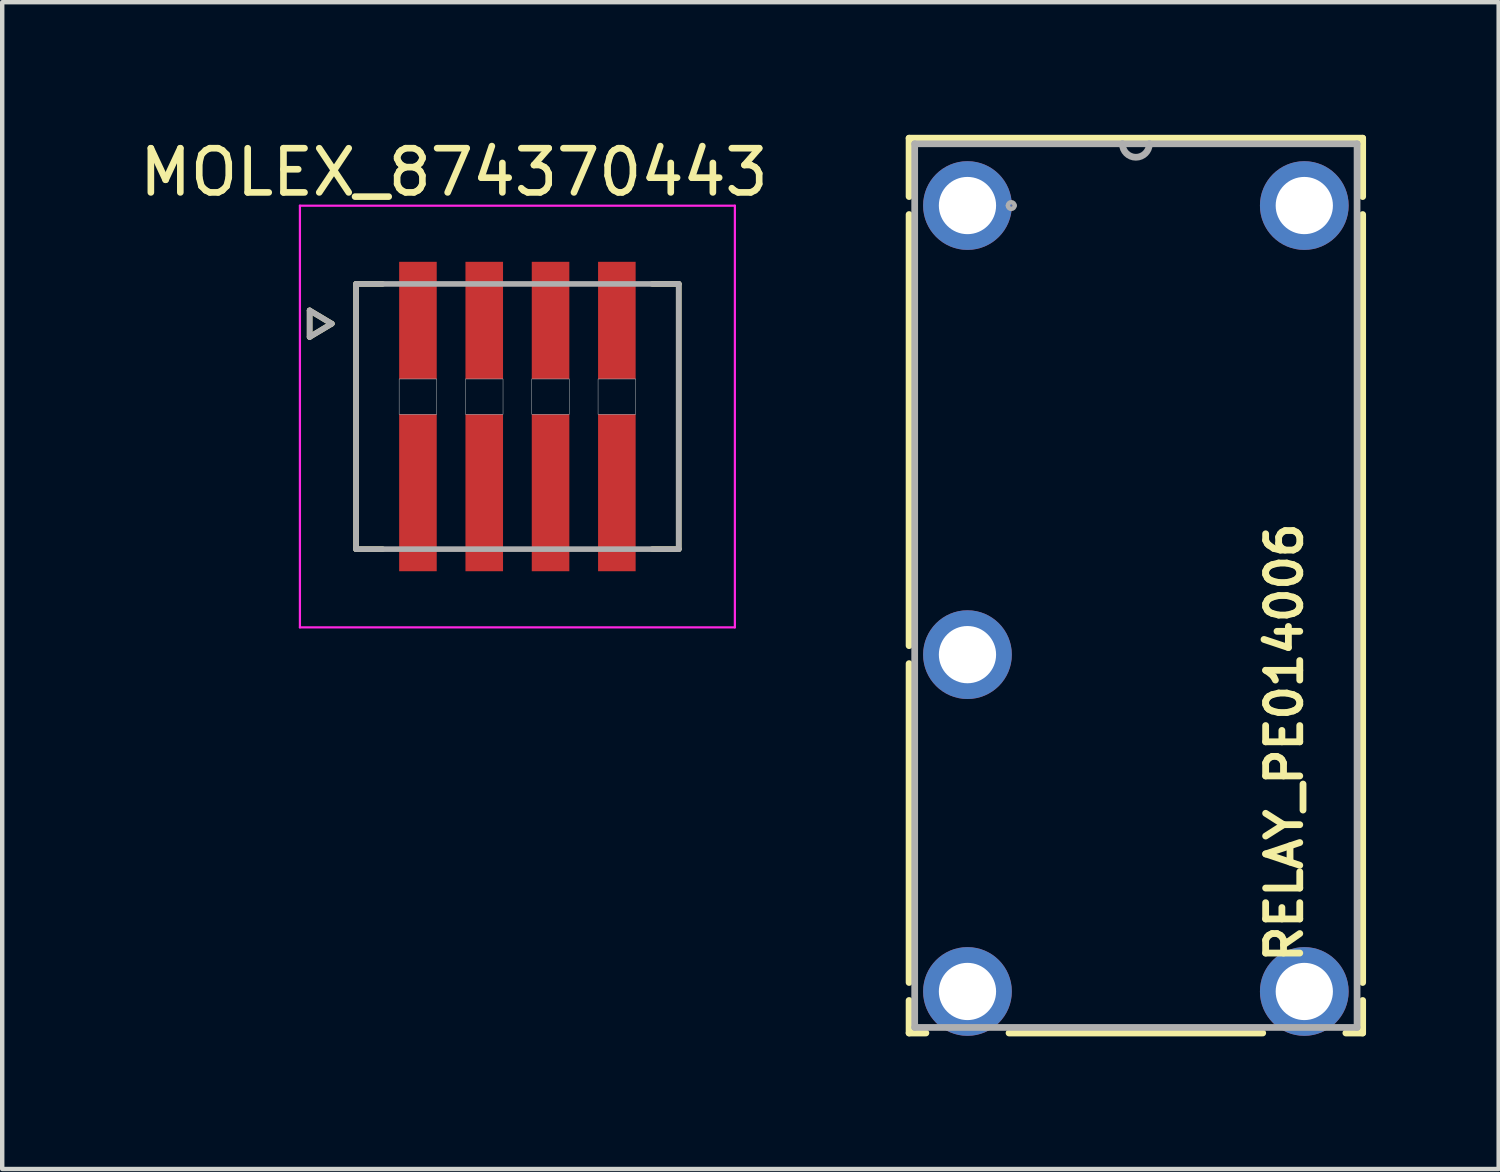
<source format=kicad_pcb>
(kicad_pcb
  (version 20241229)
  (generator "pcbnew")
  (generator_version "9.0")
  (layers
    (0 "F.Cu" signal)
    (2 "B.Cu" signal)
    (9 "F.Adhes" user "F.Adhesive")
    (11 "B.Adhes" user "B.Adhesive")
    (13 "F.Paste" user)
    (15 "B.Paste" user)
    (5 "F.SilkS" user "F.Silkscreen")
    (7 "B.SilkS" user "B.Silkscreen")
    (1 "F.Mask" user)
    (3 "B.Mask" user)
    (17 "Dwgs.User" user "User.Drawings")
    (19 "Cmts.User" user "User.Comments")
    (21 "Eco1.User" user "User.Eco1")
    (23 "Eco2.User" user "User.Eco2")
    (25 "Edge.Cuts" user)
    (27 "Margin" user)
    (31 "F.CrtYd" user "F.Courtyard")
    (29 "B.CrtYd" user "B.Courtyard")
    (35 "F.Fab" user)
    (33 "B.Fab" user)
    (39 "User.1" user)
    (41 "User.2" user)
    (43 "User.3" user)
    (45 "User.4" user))
  (footprint "MOLEX_874370443"
    (layer "F.Cu")
    (at 8.655 6.373)
    (property "Reference" "MOLEX_874370443" (at -1.435 -5.525 0) (layer "F.SilkS") (effects (font (size 1 1) (thickness 0.15))))
    (attr through_hole)
    (fp_poly (pts (xy -2.751 -3.576) (xy -1.749 -3.576) (xy -1.749 -0.774) (xy -2.751 -0.774)) (stroke (width 0.01) (type solid)) (fill yes) (layer "F.Mask"))
    (fp_poly (pts (xy -2.751 -0.126) (xy -1.749 -0.126) (xy -1.749 3.576) (xy -2.751 3.576)) (stroke (width 0.01) (type solid)) (fill yes) (layer "F.Mask"))
    (fp_poly (pts (xy -1.251 -3.576) (xy -0.249 -3.576) (xy -0.249 -0.774) (xy -1.251 -0.774)) (stroke (width 0.01) (type solid)) (fill yes) (layer "F.Mask"))
    (fp_poly (pts (xy -1.251 -0.126) (xy -0.249 -0.126) (xy -0.249 3.576) (xy -1.251 3.576)) (stroke (width 0.01) (type solid)) (fill yes) (layer "F.Mask"))
    (fp_poly (pts (xy 0.249 -3.576) (xy 1.251 -3.576) (xy 1.251 -0.774) (xy 0.249 -0.774)) (stroke (width 0.01) (type solid)) (fill yes) (layer "F.Mask"))
    (fp_poly (pts (xy 0.249 -0.126) (xy 1.251 -0.126) (xy 1.251 3.576) (xy 0.249 3.576)) (stroke (width 0.01) (type solid)) (fill yes) (layer "F.Mask"))
    (fp_poly (pts (xy 1.749 -3.576) (xy 2.751 -3.576) (xy 2.751 -0.774) (xy 1.749 -0.774)) (stroke (width 0.01) (type solid)) (fill yes) (layer "F.Mask"))
    (fp_poly (pts (xy 1.749 -0.126) (xy 2.751 -0.126) (xy 2.751 3.576) (xy 1.749 3.576)) (stroke (width 0.01) (type solid)) (fill yes) (layer "F.Mask"))
    (fp_line (start -4.7 -2.4) (end -4.7 -1.8) (stroke (width 0.127) (type solid)) (layer "F.SilkS"))
    (fp_line (start -4.7 -1.8) (end -4.2 -2.1) (stroke (width 0.127) (type solid)) (layer "F.SilkS"))
    (fp_line (start -4.2 -2.1) (end -4.7 -2.4) (stroke (width 0.127) (type solid)) (layer "F.SilkS"))
    (fp_line (start -3.65 3) (end -3.65 -3) (stroke (width 0.127) (type solid)) (layer "F.SilkS"))
    (fp_line (start -3.65 3) (end -3.05 3) (stroke (width 0.127) (type solid)) (layer "F.SilkS"))
    (fp_line (start -3.05 -3) (end -3.65 -3) (stroke (width 0.127) (type solid)) (layer "F.SilkS"))
    (fp_line (start 3.65 -3) (end 3.05 -3) (stroke (width 0.127) (type solid)) (layer "F.SilkS"))
    (fp_line (start 3.65 3) (end 3.05 3) (stroke (width 0.127) (type solid)) (layer "F.SilkS"))
    (fp_line (start 3.65 3) (end 3.65 -3) (stroke (width 0.127) (type solid)) (layer "F.SilkS"))
    (fp_poly (pts (xy -2.675 -0.85) (xy -1.825 -0.85) (xy -1.825 -0.05) (xy -2.675 -0.05)) (stroke (width 0.01) (type solid)) (fill no) (layer "Dwgs.User"))
    (fp_poly (pts (xy -1.175 -0.85) (xy -0.325 -0.85) (xy -0.325 -0.05) (xy -1.175 -0.05)) (stroke (width 0.01) (type solid)) (fill no) (layer "Dwgs.User"))
    (fp_poly (pts (xy 0.325 -0.85) (xy 1.175 -0.85) (xy 1.175 -0.05) (xy 0.325 -0.05)) (stroke (width 0.01) (type solid)) (fill no) (layer "Dwgs.User"))
    (fp_poly (pts (xy 1.825 -0.85) (xy 2.675 -0.85) (xy 2.675 -0.05) (xy 1.825 -0.05)) (stroke (width 0.01) (type solid)) (fill no) (layer "Dwgs.User"))
    (fp_line (start -4.92 -4.77) (end 4.92 -4.77) (stroke (width 0.05) (type solid)) (layer "F.CrtYd"))
    (fp_line (start -4.92 4.77) (end -4.92 -4.77) (stroke (width 0.05) (type solid)) (layer "F.CrtYd"))
    (fp_line (start 4.92 -4.77) (end 4.92 4.77) (stroke (width 0.05) (type solid)) (layer "F.CrtYd"))
    (fp_line (start 4.92 4.77) (end -4.92 4.77) (stroke (width 0.05) (type solid)) (layer "F.CrtYd"))
    (fp_line (start -4.7 -2.4) (end -4.2 -2.1) (stroke (width 0.127) (type solid)) (layer "F.Fab"))
    (fp_line (start -4.7 -1.8) (end -4.7 -2.4) (stroke (width 0.127) (type solid)) (layer "F.Fab"))
    (fp_line (start -4.2 -2.1) (end -4.7 -1.8) (stroke (width 0.127) (type solid)) (layer "F.Fab"))
    (fp_line (start -3.65 -3) (end 3.65 -3) (stroke (width 0.127) (type solid)) (layer "F.Fab"))
    (fp_line (start -3.65 3) (end -3.65 -3) (stroke (width 0.127) (type solid)) (layer "F.Fab"))
    (fp_line (start 3.65 -3) (end 3.65 3) (stroke (width 0.127) (type solid)) (layer "F.Fab"))
    (fp_line (start 3.65 3) (end -3.65 3) (stroke (width 0.127) (type solid)) (layer "F.Fab"))
    (pad "1_1" smd rect (at -2.25 -2.175) (size 0.85 2.65) (layers "F.Cu" "F.Paste"))
    (pad "1_2" smd rect (at -2.25 1.725) (size 0.85 3.55) (layers "F.Cu" "F.Paste"))
    (pad "2_1" smd rect (at -0.75 -2.175) (size 0.85 2.65) (layers "F.Cu" "F.Paste"))
    (pad "2_2" smd rect (at -0.75 1.725) (size 0.85 3.55) (layers "F.Cu" "F.Paste"))
    (pad "3_1" smd rect (at 0.75 -2.175) (size 0.85 2.65) (layers "F.Cu" "F.Paste"))
    (pad "3_2" smd rect (at 0.75 1.725) (size 0.85 3.55) (layers "F.Cu" "F.Paste"))
    (pad "4_1" smd rect (at 2.25 -2.175) (size 0.85 2.65) (layers "F.Cu" "F.Paste"))
    (pad "4_2" smd rect (at 2.25 1.725) (size 0.85 3.55) (layers "F.Cu" "F.Paste")))
  (footprint "RELAY_PE014006"
    (layer "F.Cu")
    (at 26.457 18.796)
    (property "Reference" "RELAY_PE014006" (at 0 0 90) (layer "F.SilkS") (effects (font (size 0.772 0.772) (thickness 0.154)) (justify left bottom)))
    (attr through_hole)
    (fp_line (start -8.941 -18.72) (end -8.941 -17.399) (stroke (width 0.152) (type solid)) (layer "F.SilkS"))
    (fp_line (start -8.941 -16.993) (end -8.941 -7.239) (stroke (width 0.152) (type solid)) (layer "F.SilkS"))
    (fp_line (start -8.941 -6.833) (end -8.941 0.381) (stroke (width 0.152) (type solid)) (layer "F.SilkS"))
    (fp_line (start -8.941 0.787) (end -8.941 1.524) (stroke (width 0.152) (type solid)) (layer "F.SilkS"))
    (fp_line (start -8.941 1.524) (end -8.56 1.524) (stroke (width 0.152) (type solid)) (layer "F.SilkS"))
    (fp_line (start -6.68 1.524) (end -0.94 1.524) (stroke (width 0.152) (type solid)) (layer "F.SilkS"))
    (fp_line (start 0.94 1.524) (end 1.321 1.524) (stroke (width 0.152) (type solid)) (layer "F.SilkS"))
    (fp_line (start 1.321 -18.72) (end -8.941 -18.72) (stroke (width 0.152) (type solid)) (layer "F.SilkS"))
    (fp_line (start 1.321 -17.399) (end 1.321 -18.72) (stroke (width 0.152) (type solid)) (layer "F.SilkS"))
    (fp_line (start 1.321 0.381) (end 1.321 -16.993) (stroke (width 0.152) (type solid)) (layer "F.SilkS"))
    (fp_line (start 1.321 1.524) (end 1.321 0.787) (stroke (width 0.152) (type solid)) (layer "F.SilkS"))
    (fp_line (start -8.814 -18.593) (end -8.814 1.397) (stroke (width 0.152) (type solid)) (layer "F.Fab"))
    (fp_line (start -8.814 1.397) (end 1.194 1.397) (stroke (width 0.152) (type solid)) (layer "F.Fab"))
    (fp_line (start -4.115 -18.593) (end -8.814 -18.593) (stroke (width 0.152) (type solid)) (layer "F.Fab"))
    (fp_line (start -3.505 -18.593) (end -4.115 -18.593) (stroke (width 0.152) (type solid)) (layer "F.Fab"))
    (fp_line (start 1.194 -18.593) (end -3.505 -18.593) (stroke (width 0.152) (type solid)) (layer "F.Fab"))
    (fp_line (start 1.194 1.397) (end 1.194 -18.593) (stroke (width 0.152) (type solid)) (layer "F.Fab"))
    (fp_arc (start -6.7056 -17.1958) (mid -6.6294 -17.272) (end -6.5532 -17.1958) (stroke (width 0.1) (type solid)) (layer "F.Fab"))
    (fp_arc (start -6.5532 -17.1958) (mid -6.6294 -17.1196) (end -6.7056 -17.1958) (stroke (width 0.1) (type solid)) (layer "F.Fab"))
    (fp_arc (start -3.5052 -18.5928) (mid -3.81 -18.288) (end -4.1148 -18.5928) (stroke (width 0.1524) (type solid)) (layer "F.Fab"))
    (pad "1" thru_hole circle (at -7.62 -17.196) (size 2.007 2.007) (drill 1.295) (layers "*.Cu" "*.Mask"))
    (pad "5" thru_hole circle (at 0 -17.196) (size 2.007 2.007) (drill 1.295) (layers "*.Cu" "*.Mask"))
    (pad "11" thru_hole circle (at -7.62 -7.036) (size 2.007 2.007) (drill 1.295) (layers "*.Cu" "*.Mask"))
    (pad "12" thru_hole circle (at 0 0.584 180) (size 2.007 2.007) (drill 1.295) (layers "*.Cu" "*.Mask"))
    (pad "14" thru_hole circle (at -7.62 0.584) (size 2.007 2.007) (drill 1.295) (layers "*.Cu" "*.Mask")))
  (gr_rect
    (start -3 -3)
    (end 30.854 23.396)
    (stroke (width 0.1) (type default))
    (fill no)
    (layer "Edge.Cuts")))
</source>
